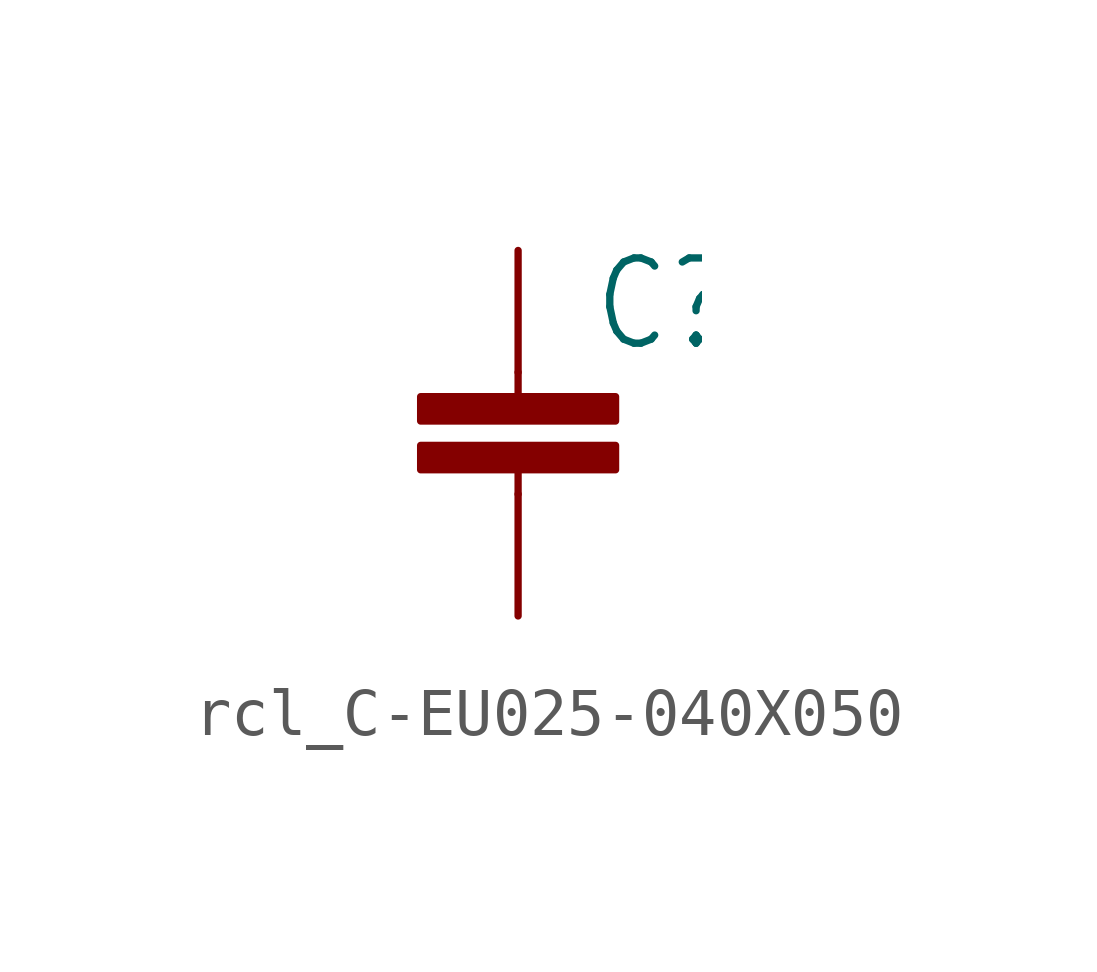
<source format=kicad_sym>
(kicad_symbol_lib
  (version 20241209)
  (generator "kicad_symbol_editor")
  (generator_version "9.0")
  (symbol "rcl_C-EU025-040X050"
    (property "Reference" "C"
      (at 1.524 0.381 0)
      (effects (font (size 1.778 1.511)) (justify left bottom)))
    (property "Value" ""
      (at 1.524 -4.699 0)
      (effects (font (size 1.778 1.511)) (justify left bottom)))
    (property "ki_locked" ""
      (at 0 0 0)
      (effects (font (size 1.27 1.27))))
    (symbol "rcl_C-EU025-040X050_1_0"
      (rectangle (start -2.032 -1.016) (end 2.032 -0.508) (stroke (width 0) (type default)) (fill (type outline)))
      (rectangle (start -2.032 -2.032) (end 2.032 -1.524) (stroke (width 0) (type default)) (fill (type outline)))
      (polyline (pts (xy 0 0) (xy 0 -0.508)) (stroke (width 0.152) (type solid)) (fill (type none)))
      (polyline (pts (xy 0 -2.54) (xy 0 -2.032)) (stroke (width 0.152) (type solid)) (fill (type none)))
      (pin passive line (at 0 2.54 270) (length 2.54) (name "1" (effects (font (size 0 0)))) (number "1" (effects (font (size 0 0)))))
      (pin passive line (at 0 -5.08 90) (length 2.54) (name "2" (effects (font (size 0 0)))) (number "2" (effects (font (size 0 0))))))))
</source>
